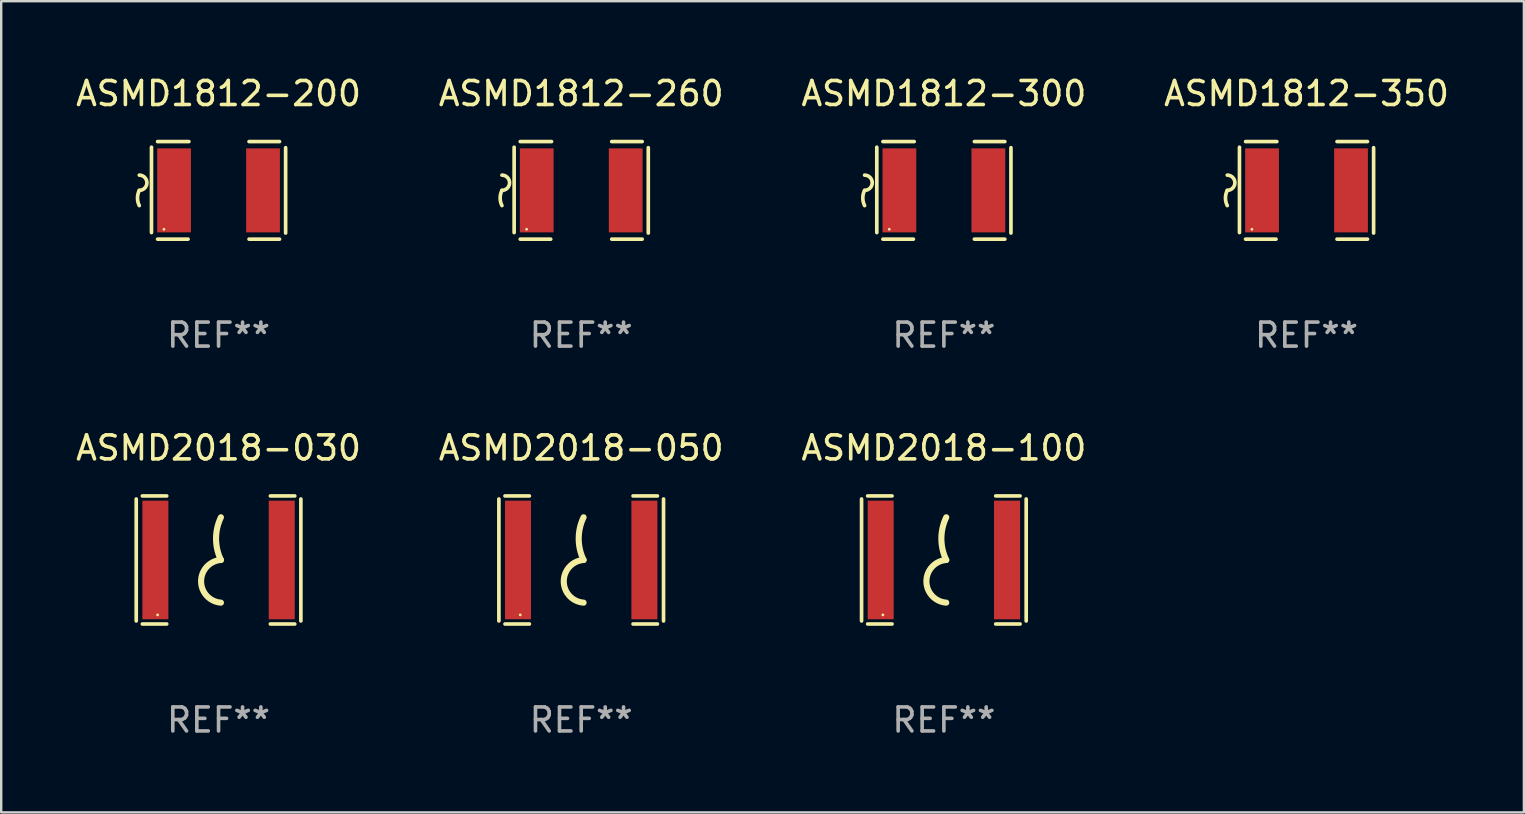
<source format=kicad_pcb>
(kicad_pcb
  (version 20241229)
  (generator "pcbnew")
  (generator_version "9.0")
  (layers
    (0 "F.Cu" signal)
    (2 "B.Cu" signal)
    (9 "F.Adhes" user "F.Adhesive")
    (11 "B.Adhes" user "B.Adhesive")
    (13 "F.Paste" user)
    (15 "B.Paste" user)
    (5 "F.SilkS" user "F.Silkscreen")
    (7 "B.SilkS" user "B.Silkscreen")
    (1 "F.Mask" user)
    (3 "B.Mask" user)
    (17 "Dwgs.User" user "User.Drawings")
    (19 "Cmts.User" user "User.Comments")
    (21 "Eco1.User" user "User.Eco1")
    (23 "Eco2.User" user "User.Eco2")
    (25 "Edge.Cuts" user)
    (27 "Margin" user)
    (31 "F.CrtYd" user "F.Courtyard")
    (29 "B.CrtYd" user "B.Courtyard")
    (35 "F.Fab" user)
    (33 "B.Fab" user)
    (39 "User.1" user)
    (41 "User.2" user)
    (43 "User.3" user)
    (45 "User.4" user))
  (footprint "ASMD1812-200"
    (layer "F.Cu")
    (at 6.054 4.88)
    (property "Reference" "ASMD1812-200" (at 0 -4.032 0) (layer "F.SilkS") (effects (font (size 1 1) (thickness 0.15))))
    (attr through_hole)
    (fp_line (start -2.794 -1.798) (end -2.794 1.758) (stroke (width 0.152) (type solid)) (layer "F.SilkS"))
    (fp_line (start -2.54 -2.032) (end -1.235 -2.032) (stroke (width 0.152) (type solid)) (layer "F.SilkS"))
    (fp_line (start -1.27 2.032) (end -2.54 2.032) (stroke (width 0.152) (type solid)) (layer "F.SilkS"))
    (fp_line (start 1.27 2.032) (end 2.54 2.032) (stroke (width 0.152) (type solid)) (layer "F.SilkS"))
    (fp_line (start 2.54 -2.032) (end 1.27 -2.032) (stroke (width 0.152) (type solid)) (layer "F.SilkS"))
    (fp_line (start 2.794 -1.778) (end 2.794 1.778) (stroke (width 0.152) (type solid)) (layer "F.SilkS"))
    (fp_arc (start -3.302007 -0.635002) (mid -2.984506 -0.317501) (end -3.302007 0) (stroke (width 0.151994) (type solid)) (layer "F.SilkS"))
    (fp_arc (start -3.302007 0.635002) (mid -3.376959 0.317501) (end -3.302007 0) (stroke (width 0.151994) (type solid)) (layer "F.SilkS"))
    (fp_circle (center -2.275 1.62) (end -2.245 1.62) (stroke (width 0.06) (type solid)) (fill no) (layer "F.SilkS"))
    (fp_text user "REF**" (at 0 6.032 0) (layer "F.Fab") (effects (font (size 1 1) (thickness 0.15))))
    (pad "1" smd rect (at -1.853 0) (size 1.407 3.499) (layers "F.Cu" "F.Mask" "F.Paste"))
    (pad "2" smd rect (at 1.853 0) (size 1.407 3.499) (layers "F.Cu" "F.Mask" "F.Paste")))
  (footprint "ASMD2018-050"
    (layer "F.Cu")
    (at 21.161 20.276)
    (property "Reference" "ASMD2018-050" (at 0 -4.667 0) (layer "F.SilkS") (effects (font (size 1 1) (thickness 0.15))))
    (attr through_hole)
    (fp_line (start -3.429 2.54) (end -3.429 -2.54) (stroke (width 0.152) (type solid)) (layer "F.SilkS"))
    (fp_line (start -3.175 2.667) (end -2.159 2.667) (stroke (width 0.152) (type solid)) (layer "F.SilkS"))
    (fp_line (start -2.159 -2.667) (end -3.175 -2.667) (stroke (width 0.152) (type solid)) (layer "F.SilkS"))
    (fp_line (start 2.159 2.667) (end 3.175 2.667) (stroke (width 0.152) (type solid)) (layer "F.SilkS"))
    (fp_line (start 3.175 -2.667) (end 2.159 -2.667) (stroke (width 0.152) (type solid)) (layer "F.SilkS"))
    (fp_line (start 3.429 -2.54) (end 3.429 2.54) (stroke (width 0.152) (type solid)) (layer "F.SilkS"))
    (fp_arc (start 0.09873 -0.000001) (mid -0.104416 -0.889002) (end 0.09873 -1.778004) (stroke (width 0.254001) (type solid)) (layer "F.SilkS"))
    (fp_arc (start 0.09873 1.778004) (mid -0.727058 0.889002) (end 0.098731 0) (stroke (width 0.254001) (type solid)) (layer "F.SilkS"))
    (fp_circle (center -2.54 2.288) (end -2.51 2.288) (stroke (width 0.06) (type solid)) (fill no) (layer "F.SilkS"))
    (fp_text user "REF**" (at 0 6.667 0) (layer "F.Fab") (effects (font (size 1 1) (thickness 0.15))))
    (pad "1" smd rect (at -2.632 0) (size 1.084 4.941) (layers "F.Cu" "F.Mask" "F.Paste"))
    (pad "2" smd rect (at 2.632 0) (size 1.084 4.941) (layers "F.Cu" "F.Mask" "F.Paste")))
  (footprint "ASMD2018-100"
    (layer "F.Cu")
    (at 36.268 20.276)
    (property "Reference" "ASMD2018-100" (at 0 -4.667 0) (layer "F.SilkS") (effects (font (size 1 1) (thickness 0.15))))
    (attr through_hole)
    (fp_line (start -3.429 2.54) (end -3.429 -2.54) (stroke (width 0.152) (type solid)) (layer "F.SilkS"))
    (fp_line (start -3.175 2.667) (end -2.159 2.667) (stroke (width 0.152) (type solid)) (layer "F.SilkS"))
    (fp_line (start -2.159 -2.667) (end -3.175 -2.667) (stroke (width 0.152) (type solid)) (layer "F.SilkS"))
    (fp_line (start 2.159 2.667) (end 3.175 2.667) (stroke (width 0.152) (type solid)) (layer "F.SilkS"))
    (fp_line (start 3.175 -2.667) (end 2.159 -2.667) (stroke (width 0.152) (type solid)) (layer "F.SilkS"))
    (fp_line (start 3.429 -2.54) (end 3.429 2.54) (stroke (width 0.152) (type solid)) (layer "F.SilkS"))
    (fp_arc (start 0.09873 -0.000001) (mid -0.104416 -0.889002) (end 0.09873 -1.778004) (stroke (width 0.254001) (type solid)) (layer "F.SilkS"))
    (fp_arc (start 0.09873 1.778004) (mid -0.727058 0.889002) (end 0.098731 0) (stroke (width 0.254001) (type solid)) (layer "F.SilkS"))
    (fp_circle (center -2.54 2.288) (end -2.51 2.288) (stroke (width 0.06) (type solid)) (fill no) (layer "F.SilkS"))
    (fp_text user "REF**" (at 0 6.667 0) (layer "F.Fab") (effects (font (size 1 1) (thickness 0.15))))
    (pad "1" smd rect (at -2.632 0) (size 1.084 4.941) (layers "F.Cu" "F.Mask" "F.Paste"))
    (pad "2" smd rect (at 2.632 0) (size 1.084 4.941) (layers "F.Cu" "F.Mask" "F.Paste")))
  (footprint "ASMD1812-300"
    (layer "F.Cu")
    (at 36.268 4.88)
    (property "Reference" "ASMD1812-300" (at 0 -4.032 0) (layer "F.SilkS") (effects (font (size 1 1) (thickness 0.15))))
    (attr through_hole)
    (fp_line (start -2.794 -1.798) (end -2.794 1.758) (stroke (width 0.152) (type solid)) (layer "F.SilkS"))
    (fp_line (start -2.54 -2.032) (end -1.235 -2.032) (stroke (width 0.152) (type solid)) (layer "F.SilkS"))
    (fp_line (start -1.27 2.032) (end -2.54 2.032) (stroke (width 0.152) (type solid)) (layer "F.SilkS"))
    (fp_line (start 1.27 2.032) (end 2.54 2.032) (stroke (width 0.152) (type solid)) (layer "F.SilkS"))
    (fp_line (start 2.54 -2.032) (end 1.27 -2.032) (stroke (width 0.152) (type solid)) (layer "F.SilkS"))
    (fp_line (start 2.794 -1.778) (end 2.794 1.778) (stroke (width 0.152) (type solid)) (layer "F.SilkS"))
    (fp_arc (start -3.302007 -0.635002) (mid -2.984506 -0.317501) (end -3.302007 0) (stroke (width 0.151994) (type solid)) (layer "F.SilkS"))
    (fp_arc (start -3.302007 0.635002) (mid -3.376959 0.317501) (end -3.302007 0) (stroke (width 0.151994) (type solid)) (layer "F.SilkS"))
    (fp_circle (center -2.275 1.62) (end -2.245 1.62) (stroke (width 0.06) (type solid)) (fill no) (layer "F.SilkS"))
    (fp_text user "REF**" (at 0 6.032 0) (layer "F.Fab") (effects (font (size 1 1) (thickness 0.15))))
    (pad "1" smd rect (at -1.853 0) (size 1.407 3.499) (layers "F.Cu" "F.Mask" "F.Paste"))
    (pad "2" smd rect (at 1.853 0) (size 1.407 3.499) (layers "F.Cu" "F.Mask" "F.Paste")))
  (footprint "ASMD1812-260"
    (layer "F.Cu")
    (at 21.161 4.88)
    (property "Reference" "ASMD1812-260" (at 0 -4.032 0) (layer "F.SilkS") (effects (font (size 1 1) (thickness 0.15))))
    (attr through_hole)
    (fp_line (start -2.794 -1.798) (end -2.794 1.758) (stroke (width 0.152) (type solid)) (layer "F.SilkS"))
    (fp_line (start -2.54 -2.032) (end -1.235 -2.032) (stroke (width 0.152) (type solid)) (layer "F.SilkS"))
    (fp_line (start -1.27 2.032) (end -2.54 2.032) (stroke (width 0.152) (type solid)) (layer "F.SilkS"))
    (fp_line (start 1.27 2.032) (end 2.54 2.032) (stroke (width 0.152) (type solid)) (layer "F.SilkS"))
    (fp_line (start 2.54 -2.032) (end 1.27 -2.032) (stroke (width 0.152) (type solid)) (layer "F.SilkS"))
    (fp_line (start 2.794 -1.778) (end 2.794 1.778) (stroke (width 0.152) (type solid)) (layer "F.SilkS"))
    (fp_arc (start -3.302007 -0.635002) (mid -2.984506 -0.317501) (end -3.302007 0) (stroke (width 0.151994) (type solid)) (layer "F.SilkS"))
    (fp_arc (start -3.302007 0.635002) (mid -3.376959 0.317501) (end -3.302007 0) (stroke (width 0.151994) (type solid)) (layer "F.SilkS"))
    (fp_circle (center -2.275 1.62) (end -2.245 1.62) (stroke (width 0.06) (type solid)) (fill no) (layer "F.SilkS"))
    (fp_text user "REF**" (at 0 6.032 0) (layer "F.Fab") (effects (font (size 1 1) (thickness 0.15))))
    (pad "1" smd rect (at -1.853 0) (size 1.407 3.499) (layers "F.Cu" "F.Mask" "F.Paste"))
    (pad "2" smd rect (at 1.853 0) (size 1.407 3.499) (layers "F.Cu" "F.Mask" "F.Paste")))
  (footprint "ASMD2018-030"
    (layer "F.Cu")
    (at 6.054 20.276)
    (property "Reference" "ASMD2018-030" (at 0 -4.667 0) (layer "F.SilkS") (effects (font (size 1 1) (thickness 0.15))))
    (attr through_hole)
    (fp_line (start -3.429 2.54) (end -3.429 -2.54) (stroke (width 0.152) (type solid)) (layer "F.SilkS"))
    (fp_line (start -3.175 2.667) (end -2.159 2.667) (stroke (width 0.152) (type solid)) (layer "F.SilkS"))
    (fp_line (start -2.159 -2.667) (end -3.175 -2.667) (stroke (width 0.152) (type solid)) (layer "F.SilkS"))
    (fp_line (start 2.159 2.667) (end 3.175 2.667) (stroke (width 0.152) (type solid)) (layer "F.SilkS"))
    (fp_line (start 3.175 -2.667) (end 2.159 -2.667) (stroke (width 0.152) (type solid)) (layer "F.SilkS"))
    (fp_line (start 3.429 -2.54) (end 3.429 2.54) (stroke (width 0.152) (type solid)) (layer "F.SilkS"))
    (fp_arc (start 0.09873 -0.000001) (mid -0.104416 -0.889002) (end 0.09873 -1.778004) (stroke (width 0.254001) (type solid)) (layer "F.SilkS"))
    (fp_arc (start 0.09873 1.778004) (mid -0.727058 0.889002) (end 0.098731 0) (stroke (width 0.254001) (type solid)) (layer "F.SilkS"))
    (fp_circle (center -2.54 2.288) (end -2.51 2.288) (stroke (width 0.06) (type solid)) (fill no) (layer "F.SilkS"))
    (fp_text user "REF**" (at 0 6.667 0) (layer "F.Fab") (effects (font (size 1 1) (thickness 0.15))))
    (pad "1" smd rect (at -2.632 0) (size 1.084 4.941) (layers "F.Cu" "F.Mask" "F.Paste"))
    (pad "2" smd rect (at 2.632 0) (size 1.084 4.941) (layers "F.Cu" "F.Mask" "F.Paste")))
  (footprint "ASMD1812-350"
    (layer "F.Cu")
    (at 51.375 4.88)
    (property "Reference" "ASMD1812-350" (at 0 -4.032 0) (layer "F.SilkS") (effects (font (size 1 1) (thickness 0.15))))
    (attr through_hole)
    (fp_line (start -2.794 -1.798) (end -2.794 1.758) (stroke (width 0.152) (type solid)) (layer "F.SilkS"))
    (fp_line (start -2.54 -2.032) (end -1.235 -2.032) (stroke (width 0.152) (type solid)) (layer "F.SilkS"))
    (fp_line (start -1.27 2.032) (end -2.54 2.032) (stroke (width 0.152) (type solid)) (layer "F.SilkS"))
    (fp_line (start 1.27 2.032) (end 2.54 2.032) (stroke (width 0.152) (type solid)) (layer "F.SilkS"))
    (fp_line (start 2.54 -2.032) (end 1.27 -2.032) (stroke (width 0.152) (type solid)) (layer "F.SilkS"))
    (fp_line (start 2.794 -1.778) (end 2.794 1.778) (stroke (width 0.152) (type solid)) (layer "F.SilkS"))
    (fp_arc (start -3.302007 -0.635002) (mid -2.984506 -0.317501) (end -3.302007 0) (stroke (width 0.151994) (type solid)) (layer "F.SilkS"))
    (fp_arc (start -3.302007 0.635002) (mid -3.376959 0.317501) (end -3.302007 0) (stroke (width 0.151994) (type solid)) (layer "F.SilkS"))
    (fp_circle (center -2.275 1.62) (end -2.245 1.62) (stroke (width 0.06) (type solid)) (fill no) (layer "F.SilkS"))
    (fp_text user "REF**" (at 0 6.032 0) (layer "F.Fab") (effects (font (size 1 1) (thickness 0.15))))
    (pad "1" smd rect (at -1.853 0) (size 1.407 3.499) (layers "F.Cu" "F.Mask" "F.Paste"))
    (pad "2" smd rect (at 1.853 0) (size 1.407 3.499) (layers "F.Cu" "F.Mask" "F.Paste")))
  (gr_rect
    (start -3 -3)
    (end 60.429 30.791)
    (stroke (width 0.1) (type default))
    (fill no)
    (layer "Edge.Cuts")))
</source>
